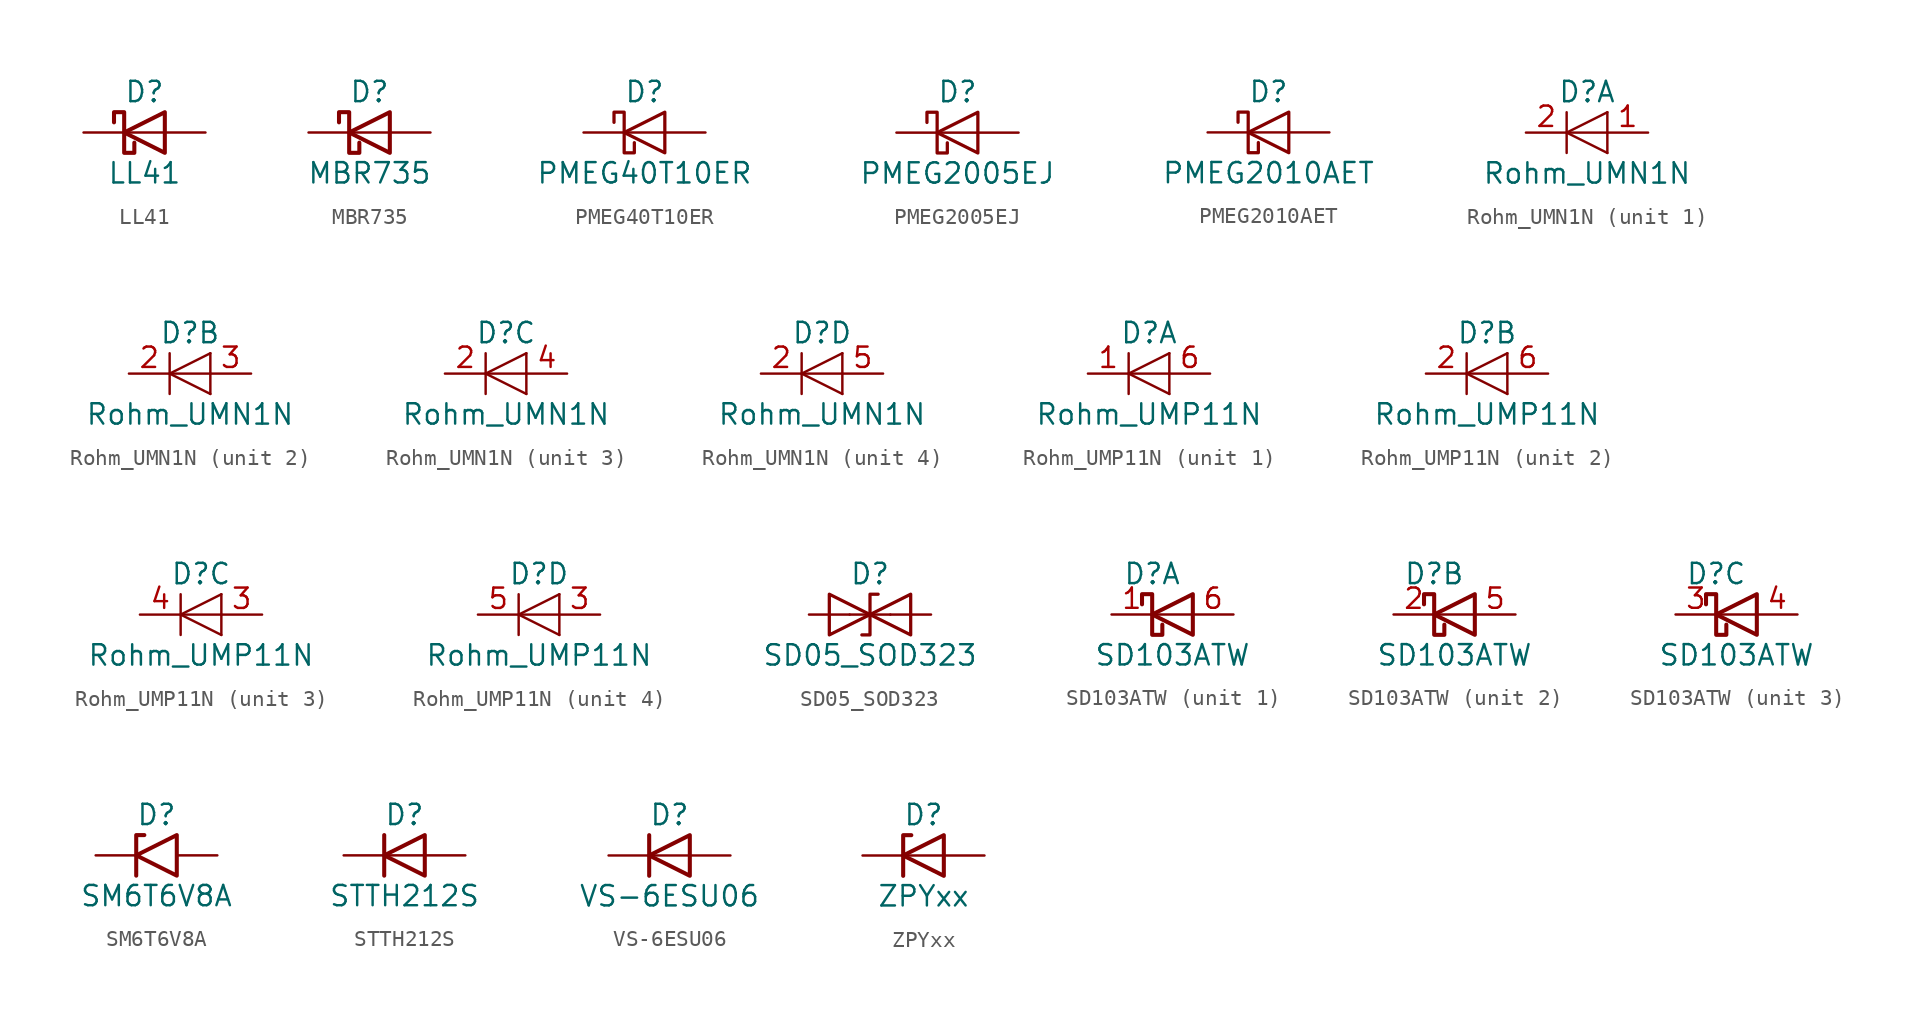
<source format=kicad_sym>
(kicad_symbol_lib
  (version 20241209)
  (generator "kicad_symbol_editor")
  (generator_version "9.0")
  (symbol "LL41"
    (pin_numbers
      (hide yes))
    (pin_names
      (offset 1.016)
      (hide yes))
    (property "Reference" "D"
      (at 0 2.54 0)
      (effects (font (size 1.27 1.27))))
    (property "Value" "LL41"
      (at 0 -2.54 0)
      (effects (font (size 1.27 1.27))))
    (symbol "LL41_0_1"
      (polyline (pts (xy -1.905 0.635) (xy -1.905 1.27) (xy -1.27 1.27) (xy -1.27 -1.27) (xy -0.635 -1.27) (xy -0.635 -0.635)) (stroke (width 0.254) (type default)) (fill (type none)))
      (polyline (pts (xy 1.27 1.27) (xy 1.27 -1.27) (xy -1.27 0) (xy 1.27 1.27)) (stroke (width 0.254) (type default)) (fill (type none)))
      (polyline (pts (xy 1.27 0) (xy -1.27 0)) (stroke (width 0) (type default)) (fill (type none))))
    (symbol "LL41_1_1"
      (pin passive line (at -3.81 0 0) (length 2.54) (name "K" (effects (font (size 1.27 1.27)))) (number "1" (effects (font (size 1.27 1.27)))))
      (pin passive line (at 3.81 0 180) (length 2.54) (name "A" (effects (font (size 1.27 1.27)))) (number "2" (effects (font (size 1.27 1.27)))))))
  (symbol "MBR735"
    (pin_numbers
      (hide yes))
    (pin_names
      (offset 1.016)
      (hide yes))
    (property "Reference" "D"
      (at 0 2.54 0)
      (effects (font (size 1.27 1.27))))
    (property "Value" "MBR735"
      (at 0 -2.54 0)
      (effects (font (size 1.27 1.27))))
    (symbol "MBR735_0_1"
      (polyline (pts (xy -1.905 0.635) (xy -1.905 1.27) (xy -1.27 1.27) (xy -1.27 -1.27) (xy -0.635 -1.27) (xy -0.635 -0.635)) (stroke (width 0.254) (type default)) (fill (type none)))
      (polyline (pts (xy 1.27 1.27) (xy 1.27 -1.27) (xy -1.27 0) (xy 1.27 1.27)) (stroke (width 0.254) (type default)) (fill (type none)))
      (polyline (pts (xy 1.27 0) (xy -1.27 0)) (stroke (width 0) (type default)) (fill (type none))))
    (symbol "MBR735_1_1"
      (pin passive line (at -3.81 0 0) (length 2.54) (name "K" (effects (font (size 1.27 1.27)))) (number "1" (effects (font (size 1.27 1.27)))))
      (pin passive line (at 3.81 0 180) (length 2.54) (name "A" (effects (font (size 1.27 1.27)))) (number "2" (effects (font (size 1.27 1.27)))))))
  (symbol "PMEG40T10ER"
    (pin_numbers
      (hide yes))
    (pin_names
      (hide yes))
    (property "Reference" "D"
      (at 0 2.54 0)
      (effects (font (size 1.27 1.27))))
    (property "Value" "PMEG40T10ER"
      (at 0 -2.54 0)
      (effects (font (size 1.27 1.27))))
    (symbol "PMEG40T10ER_0_1"
      (polyline (pts (xy -1.905 0.635) (xy -1.905 1.27) (xy -1.27 1.27) (xy -1.27 -1.27) (xy -0.635 -1.27) (xy -0.635 -0.635)) (stroke (width 0.203) (type default)) (fill (type none)))
      (polyline (pts (xy 1.27 1.27) (xy 1.27 -1.27) (xy -1.27 0) (xy 1.27 1.27)) (stroke (width 0.203) (type default)) (fill (type none)))
      (polyline (pts (xy 1.27 0) (xy -1.27 0)) (stroke (width 0) (type default)) (fill (type none))))
    (symbol "PMEG40T10ER_1_1"
      (pin passive line (at -3.81 0 0) (length 2.54) (name "K" (effects (font (size 1.27 1.27)))) (number "1" (effects (font (size 1.27 1.27)))))
      (pin passive line (at 3.81 0 180) (length 2.54) (name "A" (effects (font (size 1.27 1.27)))) (number "2" (effects (font (size 1.27 1.27)))))))
  (symbol "PMEG2005EJ"
    (pin_numbers
      (hide yes))
    (pin_names
      (hide yes))
    (property "Reference" "D"
      (at 0 2.54 0)
      (effects (font (size 1.27 1.27))))
    (property "Value" "PMEG2005EJ"
      (at 0 -2.54 0)
      (effects (font (size 1.27 1.27))))
    (symbol "PMEG2005EJ_0_1"
      (polyline (pts (xy -1.905 0.635) (xy -1.905 1.27) (xy -1.27 1.27) (xy -1.27 -1.27) (xy -0.635 -1.27) (xy -0.635 -0.635)) (stroke (width 0.203) (type default)) (fill (type none)))
      (polyline (pts (xy 1.27 1.27) (xy 1.27 -1.27) (xy -1.27 0) (xy 1.27 1.27)) (stroke (width 0.203) (type default)) (fill (type none)))
      (polyline (pts (xy 1.27 0) (xy -1.27 0)) (stroke (width 0) (type default)) (fill (type none))))
    (symbol "PMEG2005EJ_1_1"
      (pin passive line (at -3.81 0 0) (length 2.54) (name "K" (effects (font (size 1.27 1.27)))) (number "1" (effects (font (size 1.27 1.27)))))
      (pin passive line (at 3.81 0 180) (length 2.54) (name "A" (effects (font (size 1.27 1.27)))) (number "2" (effects (font (size 1.27 1.27)))))))
  (symbol "PMEG2010AET"
    (pin_numbers
      (hide yes))
    (pin_names
      (hide yes))
    (property "Reference" "D"
      (at 0 2.54 0)
      (effects (font (size 1.27 1.27))))
    (property "Value" "PMEG2010AET"
      (at 0 -2.54 0)
      (effects (font (size 1.27 1.27))))
    (symbol "PMEG2010AET_0_1"
      (polyline (pts (xy -1.905 0.635) (xy -1.905 1.27) (xy -1.27 1.27) (xy -1.27 -1.27) (xy -0.635 -1.27) (xy -0.635 -0.635)) (stroke (width 0.203) (type default)) (fill (type none)))
      (polyline (pts (xy 1.27 0) (xy -1.27 0)) (stroke (width 0) (type default)) (fill (type none)))
      (polyline (pts (xy 1.27 -1.27) (xy 1.27 1.27) (xy -1.27 0) (xy 1.27 -1.27)) (stroke (width 0.203) (type default)) (fill (type none))))
    (symbol "PMEG2010AET_1_1"
      (pin passive line (at -3.81 0 0) (length 2.54) (name "K" (effects (font (size 1.27 1.27)))) (number "3" (effects (font (size 1.27 1.27)))))
      (pin no_connect line (at 0 0 180) (length 2.54) (hide yes) (name "NC" (effects (font (size 1.27 1.27)))) (number "2" (effects (font (size 1.27 1.27)))))
      (pin passive line (at 3.81 0 180) (length 2.54) (name "A" (effects (font (size 1.27 1.27)))) (number "1" (effects (font (size 1.27 1.27)))))))
  (symbol "Rohm_UMN1N"
    (pin_names
      (offset 1.016)
      (hide yes))
    (property "Reference" "D"
      (at 0 2.54 0)
      (effects (font (size 1.27 1.27))))
    (property "Value" "Rohm_UMN1N"
      (at 0 -2.54 0)
      (effects (font (size 1.27 1.27))))
    (symbol "Rohm_UMN1N_0_1"
      (polyline (pts (xy -1.27 1.27) (xy -1.27 -1.27)) (stroke (width 0.152) (type default)) (fill (type none)))
      (polyline (pts (xy 1.27 1.27) (xy -1.27 0) (xy 1.27 -1.27)) (stroke (width 0) (type default)) (fill (type none)))
      (polyline (pts (xy 1.27 0) (xy -1.27 0)) (stroke (width 0) (type default)) (fill (type none)))
      (polyline (pts (xy 1.27 -1.27) (xy 1.27 1.27)) (stroke (width 0) (type default)) (fill (type none))))
    (symbol "Rohm_UMN1N_1_1"
      (pin passive line (at -3.81 0 0) (length 2.54) (name "K" (effects (font (size 1.27 1.27)))) (number "2" (effects (font (size 1.27 1.27)))))
      (pin passive line (at 3.81 0 180) (length 2.54) (name "A" (effects (font (size 1.27 1.27)))) (number "1" (effects (font (size 1.27 1.27))))))
    (symbol "Rohm_UMN1N_2_1"
      (pin passive line (at -3.81 0 0) (length 2.54) (name "K" (effects (font (size 1.27 1.27)))) (number "2" (effects (font (size 1.27 1.27)))))
      (pin passive line (at 3.81 0 180) (length 2.54) (name "A" (effects (font (size 1.27 1.27)))) (number "3" (effects (font (size 1.27 1.27))))))
    (symbol "Rohm_UMN1N_3_1"
      (pin passive line (at -3.81 0 0) (length 2.54) (name "K" (effects (font (size 1.27 1.27)))) (number "2" (effects (font (size 1.27 1.27)))))
      (pin passive line (at 3.81 0 180) (length 2.54) (name "A" (effects (font (size 1.27 1.27)))) (number "4" (effects (font (size 1.27 1.27))))))
    (symbol "Rohm_UMN1N_4_1"
      (pin passive line (at -3.81 0 0) (length 2.54) (name "K" (effects (font (size 1.27 1.27)))) (number "2" (effects (font (size 1.27 1.27)))))
      (pin passive line (at 3.81 0 180) (length 2.54) (name "A" (effects (font (size 1.27 1.27)))) (number "5" (effects (font (size 1.27 1.27)))))))
  (symbol "Rohm_UMP11N"
    (pin_names
      (offset 1.016)
      (hide yes))
    (property "Reference" "D"
      (at 0 2.54 0)
      (effects (font (size 1.27 1.27))))
    (property "Value" "Rohm_UMP11N"
      (at 0 -2.54 0)
      (effects (font (size 1.27 1.27))))
    (symbol "Rohm_UMP11N_0_1"
      (polyline (pts (xy -1.27 1.27) (xy -1.27 -1.27)) (stroke (width 0.152) (type default)) (fill (type none)))
      (polyline (pts (xy 1.27 1.27) (xy -1.27 0) (xy 1.27 -1.27)) (stroke (width 0) (type default)) (fill (type none)))
      (polyline (pts (xy 1.27 0) (xy -1.27 0)) (stroke (width 0) (type default)) (fill (type none)))
      (polyline (pts (xy 1.27 -1.27) (xy 1.27 1.27)) (stroke (width 0) (type default)) (fill (type none))))
    (symbol "Rohm_UMP11N_1_1"
      (pin passive line (at -3.81 0 0) (length 2.54) (name "K" (effects (font (size 1.27 1.27)))) (number "1" (effects (font (size 1.27 1.27)))))
      (pin passive line (at 3.81 0 180) (length 2.54) (name "A" (effects (font (size 1.27 1.27)))) (number "6" (effects (font (size 1.27 1.27))))))
    (symbol "Rohm_UMP11N_2_1"
      (pin passive line (at -3.81 0 0) (length 2.54) (name "K" (effects (font (size 1.27 1.27)))) (number "2" (effects (font (size 1.27 1.27)))))
      (pin passive line (at 3.81 0 180) (length 2.54) (name "A" (effects (font (size 1.27 1.27)))) (number "6" (effects (font (size 1.27 1.27))))))
    (symbol "Rohm_UMP11N_3_1"
      (pin passive line (at -3.81 0 0) (length 2.54) (name "K" (effects (font (size 1.27 1.27)))) (number "4" (effects (font (size 1.27 1.27)))))
      (pin passive line (at 3.81 0 180) (length 2.54) (name "A" (effects (font (size 1.27 1.27)))) (number "3" (effects (font (size 1.27 1.27))))))
    (symbol "Rohm_UMP11N_4_1"
      (pin passive line (at -3.81 0 0) (length 2.54) (name "K" (effects (font (size 1.27 1.27)))) (number "5" (effects (font (size 1.27 1.27)))))
      (pin passive line (at 3.81 0 180) (length 2.54) (name "A" (effects (font (size 1.27 1.27)))) (number "3" (effects (font (size 1.27 1.27)))))))
  (symbol "SD05_SOD323"
    (pin_numbers
      (hide yes))
    (pin_names
      (offset 1.016)
      (hide yes))
    (property "Reference" "D"
      (at 0 2.54 0)
      (effects (font (size 1.27 1.27))))
    (property "Value" "SD05_SOD323"
      (at 0 -2.54 0)
      (effects (font (size 1.27 1.27))))
    (symbol "SD05_SOD323_0_1"
      (polyline (pts (xy -2.54 -1.27) (xy 0 0) (xy -2.54 1.27) (xy -2.54 -1.27)) (stroke (width 0.203) (type default)) (fill (type none)))
      (polyline (pts (xy 0.508 1.27) (xy 0 1.27) (xy 0 -1.27) (xy -0.508 -1.27)) (stroke (width 0.203) (type default)) (fill (type none)))
      (polyline (pts (xy 1.27 0) (xy -1.27 0)) (stroke (width 0) (type default)) (fill (type none)))
      (polyline (pts (xy 2.54 1.27) (xy 2.54 -1.27) (xy 0 0) (xy 2.54 1.27)) (stroke (width 0.203) (type default)) (fill (type none))))
    (symbol "SD05_SOD323_1_1"
      (pin passive line (at -3.81 0 0) (length 2.54) (name "A1" (effects (font (size 1.27 1.27)))) (number "1" (effects (font (size 1.27 1.27)))))
      (pin passive line (at 3.81 0 180) (length 2.54) (name "A2" (effects (font (size 1.27 1.27)))) (number "2" (effects (font (size 1.27 1.27)))))))
  (symbol "SD103ATW"
    (pin_names
      (hide yes))
    (property "Reference" "D"
      (at -1.27 2.54 0)
      (effects (font (size 1.27 1.27))))
    (property "Value" "SD103ATW"
      (at 0 -2.54 0)
      (effects (font (size 1.27 1.27))))
    (symbol "SD103ATW_0_1"
      (polyline (pts (xy -1.905 0.635) (xy -1.905 1.27) (xy -1.27 1.27) (xy -1.27 -1.27) (xy -0.635 -1.27) (xy -0.635 -0.635)) (stroke (width 0.254) (type default)) (fill (type none)))
      (polyline (pts (xy 1.27 1.27) (xy 1.27 -1.27) (xy -1.27 0) (xy 1.27 1.27)) (stroke (width 0.254) (type default)) (fill (type none)))
      (polyline (pts (xy 1.27 0) (xy -1.27 0)) (stroke (width 0) (type default)) (fill (type none))))
    (symbol "SD103ATW_1_1"
      (pin passive line (at -3.81 0 0) (length 2.54) (name "K" (effects (font (size 1.27 1.27)))) (number "1" (effects (font (size 1.27 1.27)))))
      (pin passive line (at 3.81 0 180) (length 2.54) (name "A" (effects (font (size 1.27 1.27)))) (number "6" (effects (font (size 1.27 1.27))))))
    (symbol "SD103ATW_2_1"
      (pin passive line (at -3.81 0 0) (length 2.54) (name "K" (effects (font (size 1.27 1.27)))) (number "2" (effects (font (size 1.27 1.27)))))
      (pin passive line (at 3.81 0 180) (length 2.54) (name "A" (effects (font (size 1.27 1.27)))) (number "5" (effects (font (size 1.27 1.27))))))
    (symbol "SD103ATW_3_1"
      (pin passive line (at -3.81 0 0) (length 2.54) (name "K" (effects (font (size 1.27 1.27)))) (number "3" (effects (font (size 1.27 1.27)))))
      (pin passive line (at 3.81 0 180) (length 2.54) (name "A" (effects (font (size 1.27 1.27)))) (number "4" (effects (font (size 1.27 1.27)))))))
  (symbol "SM6T6V8A"
    (pin_numbers
      (hide yes))
    (pin_names
      (offset 1.016)
      (hide yes))
    (property "Reference" "D"
      (at 0 2.54 0)
      (effects (font (size 1.27 1.27))))
    (property "Value" "SM6T6V8A"
      (at 0 -2.54 0)
      (effects (font (size 1.27 1.27))))
    (symbol "SM6T6V8A_0_1"
      (polyline (pts (xy -0.762 1.27) (xy -1.27 1.27) (xy -1.27 -1.27)) (stroke (width 0.254) (type default)) (fill (type none)))
      (polyline (pts (xy 1.27 1.27) (xy 1.27 -1.27) (xy -1.27 0) (xy 1.27 1.27)) (stroke (width 0.254) (type default)) (fill (type none))))
    (symbol "SM6T6V8A_1_1"
      (pin passive line (at -3.81 0 0) (length 2.54) (name "A1" (effects (font (size 1.27 1.27)))) (number "1" (effects (font (size 1.27 1.27)))))
      (pin passive line (at 3.81 0 180) (length 2.54) (name "A2" (effects (font (size 1.27 1.27)))) (number "2" (effects (font (size 1.27 1.27)))))))
  (symbol "STTH212S"
    (pin_numbers
      (hide yes))
    (pin_names
      (offset 1.016)
      (hide yes))
    (property "Reference" "D"
      (at 0 2.54 0)
      (effects (font (size 1.27 1.27))))
    (property "Value" "STTH212S"
      (at 0 -2.54 0)
      (effects (font (size 1.27 1.27))))
    (symbol "STTH212S_0_1"
      (polyline (pts (xy -1.27 1.27) (xy -1.27 -1.27)) (stroke (width 0.254) (type default)) (fill (type none)))
      (polyline (pts (xy 1.27 1.27) (xy 1.27 -1.27) (xy -1.27 0) (xy 1.27 1.27)) (stroke (width 0.254) (type default)) (fill (type none)))
      (polyline (pts (xy 1.27 0) (xy -1.27 0)) (stroke (width 0) (type default)) (fill (type none))))
    (symbol "STTH212S_1_1"
      (pin passive line (at -3.81 0 0) (length 2.54) (name "K" (effects (font (size 1.27 1.27)))) (number "1" (effects (font (size 1.27 1.27)))))
      (pin passive line (at 3.81 0 180) (length 2.54) (name "A" (effects (font (size 1.27 1.27)))) (number "2" (effects (font (size 1.27 1.27)))))))
  (symbol "VS-6ESU06"
    (pin_numbers
      (hide yes))
    (pin_names
      (hide yes))
    (property "Reference" "D"
      (at 0 2.54 0)
      (effects (font (size 1.27 1.27))))
    (property "Value" "VS-6ESU06"
      (at 0 -2.54 0)
      (effects (font (size 1.27 1.27))))
    (symbol "VS-6ESU06_0_1"
      (polyline (pts (xy -1.27 1.27) (xy -1.27 -1.27)) (stroke (width 0.254) (type default)) (fill (type none)))
      (polyline (pts (xy 1.27 1.27) (xy 1.27 -1.27) (xy -1.27 0) (xy 1.27 1.27)) (stroke (width 0.254) (type default)) (fill (type none)))
      (polyline (pts (xy 1.27 0) (xy -1.27 0)) (stroke (width 0) (type default)) (fill (type none))))
    (symbol "VS-6ESU06_1_1"
      (pin passive line (at -3.81 0 0) (length 2.54) (name "K" (effects (font (size 1.27 1.27)))) (number "3" (effects (font (size 1.27 1.27)))))
      (pin passive line (at 3.81 0 180) (length 2.54) (name "A" (effects (font (size 1.27 1.27)))) (number "1" (effects (font (size 1.27 1.27)))))
      (pin passive line (at 3.81 0 180) (length 2.54) (hide yes) (name "A" (effects (font (size 1.27 1.27)))) (number "2" (effects (font (size 1.27 1.27)))))))
  (symbol "ZPYxx"
    (pin_numbers
      (hide yes))
    (pin_names
      (hide yes))
    (property "Reference" "D"
      (at 0 2.54 0)
      (effects (font (size 1.27 1.27))))
    (property "Value" "ZPYxx"
      (at 0 -2.54 0)
      (effects (font (size 1.27 1.27))))
    (symbol "ZPYxx_0_1"
      (polyline (pts (xy -1.27 -1.27) (xy -1.27 1.27) (xy -0.762 1.27)) (stroke (width 0.254) (type default)) (fill (type none)))
      (polyline (pts (xy 1.27 0) (xy -1.27 0)) (stroke (width 0) (type default)) (fill (type none)))
      (polyline (pts (xy 1.27 -1.27) (xy 1.27 1.27) (xy -1.27 0) (xy 1.27 -1.27)) (stroke (width 0.254) (type default)) (fill (type none))))
    (symbol "ZPYxx_1_1"
      (pin passive line (at -3.81 0 0) (length 2.54) (name "K" (effects (font (size 1.27 1.27)))) (number "1" (effects (font (size 1.27 1.27)))))
      (pin passive line (at 3.81 0 180) (length 2.54) (name "A" (effects (font (size 1.27 1.27)))) (number "2" (effects (font (size 1.27 1.27))))))))
</source>
